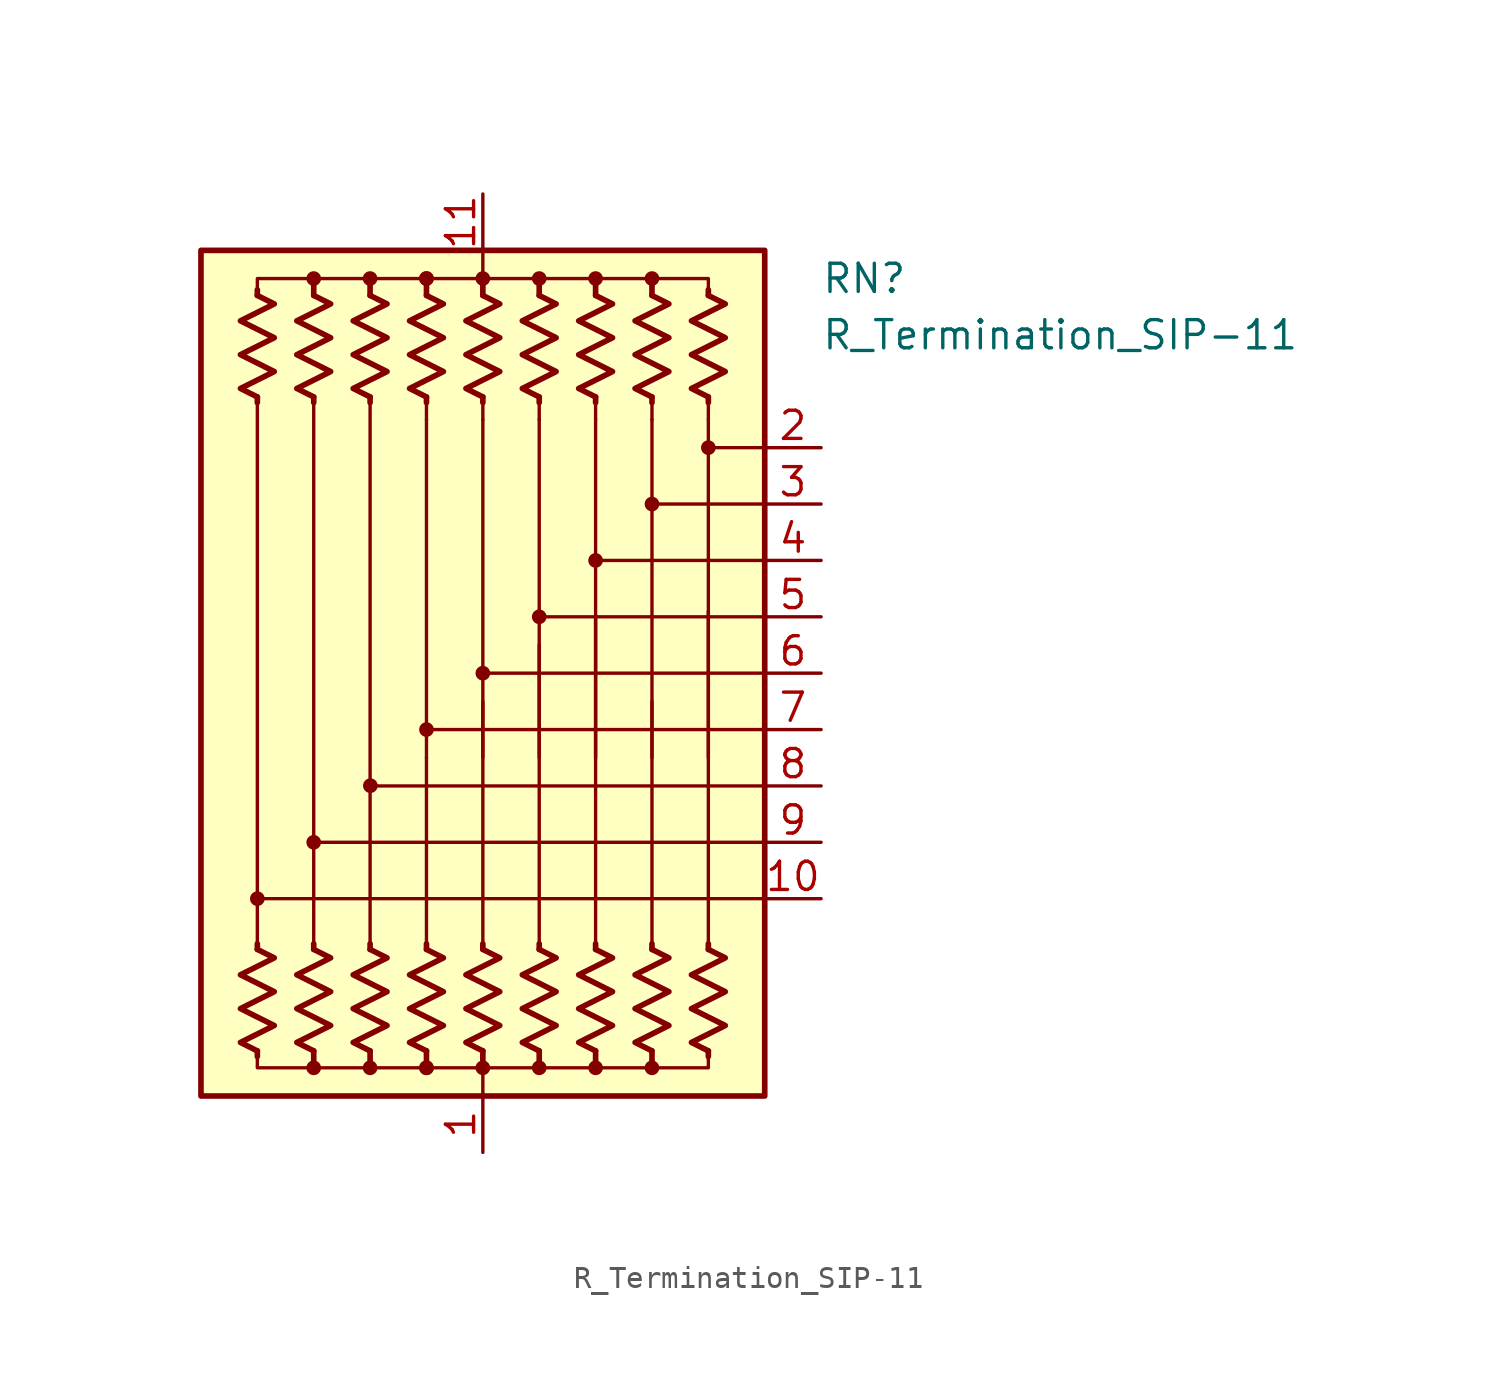
<source format=kicad_sym>
(kicad_symbol_lib
  (version 20220914)
  (generator kicad_symbol_editor)
  (symbol "R_Termination_SIP-11"
    (pin_names
      (offset 0.002) hide)
    (property "Reference" "RN"
      (at 15.24 17.78 0)
      (effects (font (size 1.27 1.27)) (justify left)))
    (property "Value" "R_Termination_SIP-11"
      (at 15.24 15.24 0)
      (effects (font (size 1.27 1.27)) (justify left)))
    (symbol "R_Termination_SIP-11_0_1"
      (circle (center -10.16 -10.16) (radius 0.254) (stroke (width 0) (type default)) (fill (type outline)))
      (circle (center -7.62 -17.78) (radius 0.254) (stroke (width 0) (type default)) (fill (type outline)))
      (circle (center -7.62 -7.62) (radius 0.254) (stroke (width 0) (type default)) (fill (type outline)))
      (circle (center -7.62 17.78) (radius 0.254) (stroke (width 0) (type default)) (fill (type outline)))
      (circle (center -5.08 -17.78) (radius 0.254) (stroke (width 0) (type default)) (fill (type outline)))
      (circle (center -5.08 17.78) (radius 0.254) (stroke (width 0) (type default)) (fill (type outline)))
      (circle (center -5.068 -5.069) (radius 0.254) (stroke (width 0) (type default)) (fill (type outline)))
      (circle (center -2.54 -17.78) (radius 0.254) (stroke (width 0) (type default)) (fill (type outline)))
      (circle (center -2.54 -17.78) (radius 0.254) (stroke (width 0) (type default)) (fill (type outline)))
      (circle (center -2.54 -2.54) (radius 0.254) (stroke (width 0) (type default)) (fill (type outline)))
      (circle (center -2.54 17.78) (radius 0.254) (stroke (width 0) (type default)) (fill (type outline)))
      (circle (center -2.54 17.78) (radius 0.254) (stroke (width 0) (type default)) (fill (type outline)))
      (circle (center 0 -17.78) (radius 0.254) (stroke (width 0) (type default)) (fill (type outline)))
      (polyline (pts (xy -10.16 -17.018) (xy -10.16 -17.272)) (stroke (width 0.254) (type default)) (fill (type none)))
      (polyline (pts (xy -10.16 -12.446) (xy -10.16 -12.192)) (stroke (width 0.254) (type default)) (fill (type none)))
      (polyline (pts (xy -10.16 12.446) (xy -10.16 -12.446)) (stroke (width 0) (type default)) (fill (type none)))
      (polyline (pts (xy -10.16 12.446) (xy -10.16 12.192)) (stroke (width 0.254) (type default)) (fill (type none)))
      (polyline (pts (xy -10.16 17.018) (xy -10.16 17.272)) (stroke (width 0.254) (type default)) (fill (type none)))
      (polyline (pts (xy -7.62 -17.018) (xy -7.62 -17.78)) (stroke (width 0.254) (type default)) (fill (type none)))
      (polyline (pts (xy -7.62 -12.446) (xy -7.62 -12.192)) (stroke (width 0.254) (type default)) (fill (type none)))
      (polyline (pts (xy -7.62 12.446) (xy -7.62 -12.446)) (stroke (width 0) (type default)) (fill (type none)))
      (polyline (pts (xy -7.62 12.446) (xy -7.62 12.192)) (stroke (width 0.254) (type default)) (fill (type none)))
      (polyline (pts (xy -7.62 17.018) (xy -7.62 17.526)) (stroke (width 0.254) (type default)) (fill (type none)))
      (polyline (pts (xy -5.08 -17.018) (xy -5.08 -17.78)) (stroke (width 0.254) (type default)) (fill (type none)))
      (polyline (pts (xy -5.08 -12.446) (xy -5.08 -12.192)) (stroke (width 0.254) (type default)) (fill (type none)))
      (polyline (pts (xy -5.08 12.446) (xy -5.08 -12.446)) (stroke (width 0) (type default)) (fill (type none)))
      (polyline (pts (xy -5.08 12.446) (xy -5.08 12.192)) (stroke (width 0.254) (type default)) (fill (type none)))
      (polyline (pts (xy -5.08 17.018) (xy -5.08 17.526)) (stroke (width 0.254) (type default)) (fill (type none)))
      (polyline (pts (xy -2.54 -17.018) (xy -2.54 -17.78)) (stroke (width 0.254) (type default)) (fill (type none)))
      (polyline (pts (xy -2.54 -12.446) (xy -2.54 -12.192)) (stroke (width 0.254) (type default)) (fill (type none)))
      (polyline (pts (xy -2.54 -12.446) (xy -2.54 -3.81)) (stroke (width 0) (type default)) (fill (type none)))
      (polyline (pts (xy -2.54 11.43) (xy -2.54 -3.81)) (stroke (width 0.152) (type default)) (fill (type none)))
      (polyline (pts (xy -2.54 12.446) (xy -2.54 11.43)) (stroke (width 0) (type default)) (fill (type none)))
      (polyline (pts (xy -2.54 12.446) (xy -2.54 12.192)) (stroke (width 0.254) (type default)) (fill (type none)))
      (polyline (pts (xy -2.54 17.018) (xy -2.54 17.526)) (stroke (width 0.254) (type default)) (fill (type none)))
      (polyline (pts (xy 0 -19.05) (xy 0 -17.78)) (stroke (width 0) (type default)) (fill (type none)))
      (polyline (pts (xy 0 -17.018) (xy 0 -17.78)) (stroke (width 0.254) (type default)) (fill (type none)))
      (polyline (pts (xy 0 -12.446) (xy 0 -12.192)) (stroke (width 0.254) (type default)) (fill (type none)))
      (polyline (pts (xy 0 -12.446) (xy 0 -1.27)) (stroke (width 0) (type default)) (fill (type none)))
      (polyline (pts (xy 0 11.43) (xy 0 -3.81)) (stroke (width 0.152) (type default)) (fill (type none)))
      (polyline (pts (xy 0 12.446) (xy 0 11.43)) (stroke (width 0) (type default)) (fill (type none)))
      (polyline (pts (xy 0 12.446) (xy 0 12.192)) (stroke (width 0.254) (type default)) (fill (type none)))
      (polyline (pts (xy 0 17.018) (xy 0 17.526)) (stroke (width 0.254) (type default)) (fill (type none)))
      (polyline (pts (xy 0 19.05) (xy 0 17.78)) (stroke (width 0) (type default)) (fill (type none)))
      (polyline (pts (xy 2.54 -17.018) (xy 2.54 -17.78)) (stroke (width 0.254) (type default)) (fill (type none)))
      (polyline (pts (xy 2.54 -12.446) (xy 2.54 -12.192)) (stroke (width 0.254) (type default)) (fill (type none)))
      (polyline (pts (xy 2.54 -12.446) (xy 2.54 1.27)) (stroke (width 0) (type default)) (fill (type none)))
      (polyline (pts (xy 2.54 11.43) (xy 2.54 -3.81)) (stroke (width 0.152) (type default)) (fill (type none)))
      (polyline (pts (xy 2.54 12.446) (xy 2.54 11.43)) (stroke (width 0) (type default)) (fill (type none)))
      (polyline (pts (xy 2.54 12.446) (xy 2.54 12.192)) (stroke (width 0.254) (type default)) (fill (type none)))
      (polyline (pts (xy 2.54 17.018) (xy 2.54 17.78)) (stroke (width 0.254) (type default)) (fill (type none)))
      (polyline (pts (xy 5.08 -17.018) (xy 5.08 -17.78)) (stroke (width 0.254) (type default)) (fill (type none)))
      (polyline (pts (xy 5.08 -12.446) (xy 5.08 -12.192)) (stroke (width 0.254) (type default)) (fill (type none)))
      (polyline (pts (xy 5.08 -12.446) (xy 5.08 2.54)) (stroke (width 0) (type default)) (fill (type none)))
      (polyline (pts (xy 5.08 11.43) (xy 5.08 -3.81)) (stroke (width 0.152) (type default)) (fill (type none)))
      (polyline (pts (xy 5.08 12.446) (xy 5.08 11.43)) (stroke (width 0) (type default)) (fill (type none)))
      (polyline (pts (xy 5.08 12.446) (xy 5.08 12.192)) (stroke (width 0.254) (type default)) (fill (type none)))
      (polyline (pts (xy 5.08 17.018) (xy 5.08 17.78)) (stroke (width 0.254) (type default)) (fill (type none)))
      (polyline (pts (xy 7.62 -17.018) (xy 7.62 -17.78)) (stroke (width 0.254) (type default)) (fill (type none)))
      (polyline (pts (xy 7.62 -12.446) (xy 7.62 -12.192)) (stroke (width 0.254) (type default)) (fill (type none)))
      (polyline (pts (xy 7.62 -12.192) (xy 7.62 -1.27)) (stroke (width 0) (type default)) (fill (type none)))
      (polyline (pts (xy 7.62 11.43) (xy 7.62 -3.81)) (stroke (width 0.152) (type default)) (fill (type none)))
      (polyline (pts (xy 7.62 12.446) (xy 7.62 11.43)) (stroke (width 0) (type default)) (fill (type none)))
      (polyline (pts (xy 7.62 12.446) (xy 7.62 12.192)) (stroke (width 0.254) (type default)) (fill (type none)))
      (polyline (pts (xy 7.62 17.018) (xy 7.62 17.78)) (stroke (width 0.254) (type default)) (fill (type none)))
      (polyline (pts (xy 10.16 -17.018) (xy 10.16 -17.272)) (stroke (width 0.254) (type default)) (fill (type none)))
      (polyline (pts (xy 10.16 -12.446) (xy 10.16 -12.192)) (stroke (width 0.254) (type default)) (fill (type none)))
      (polyline (pts (xy 10.16 -12.446) (xy 10.16 2.794)) (stroke (width 0) (type default)) (fill (type none)))
      (polyline (pts (xy 10.16 11.43) (xy 10.16 -3.81)) (stroke (width 0.152) (type default)) (fill (type none)))
      (polyline (pts (xy 10.16 12.446) (xy 10.16 11.43)) (stroke (width 0) (type default)) (fill (type none)))
      (polyline (pts (xy 10.16 12.446) (xy 10.16 12.192)) (stroke (width 0.254) (type default)) (fill (type none)))
      (polyline (pts (xy 10.16 17.018) (xy 10.16 17.272)) (stroke (width 0.254) (type default)) (fill (type none)))
      (polyline (pts (xy 12.7 -10.16) (xy -10.16 -10.16)) (stroke (width 0.152) (type default)) (fill (type none)))
      (polyline (pts (xy 12.7 -7.62) (xy -7.62 -7.62)) (stroke (width 0.152) (type default)) (fill (type none)))
      (polyline (pts (xy 12.7 -5.08) (xy -5.08 -5.08)) (stroke (width 0.152) (type default)) (fill (type none)))
      (polyline (pts (xy 12.7 -2.54) (xy -2.54 -2.54)) (stroke (width 0.152) (type default)) (fill (type none)))
      (polyline (pts (xy 12.7 0) (xy 0 0)) (stroke (width 0.152) (type default)) (fill (type none)))
      (polyline (pts (xy 12.7 2.54) (xy 2.54 2.54)) (stroke (width 0.152) (type default)) (fill (type none)))
      (polyline (pts (xy 12.7 5.08) (xy 5.08 5.08)) (stroke (width 0.152) (type default)) (fill (type none)))
      (polyline (pts (xy 12.7 7.62) (xy 7.62 7.62)) (stroke (width 0.152) (type default)) (fill (type none)))
      (polyline (pts (xy 12.7 10.16) (xy 10.16 10.16)) (stroke (width 0.152) (type default)) (fill (type none)))
      (polyline (pts (xy -10.16 17.018) (xy -10.16 17.78) (xy -7.62 17.78) (xy -7.62 17.018)) (stroke (width 0) (type default)) (fill (type none)))
      (polyline (pts (xy -7.62 -17.018) (xy -7.62 -17.78) (xy -10.16 -17.78) (xy -10.16 -17.018)) (stroke (width 0) (type default)) (fill (type none)))
      (polyline (pts (xy -7.62 17.018) (xy -7.62 17.78) (xy -5.08 17.78) (xy -5.08 17.018)) (stroke (width 0) (type default)) (fill (type none)))
      (polyline (pts (xy -5.08 -17.018) (xy -5.08 -17.78) (xy -7.62 -17.78) (xy -7.62 -17.018)) (stroke (width 0) (type default)) (fill (type none)))
      (polyline (pts (xy -5.08 17.018) (xy -5.08 17.78) (xy -2.54 17.78) (xy -2.54 17.018)) (stroke (width 0) (type default)) (fill (type none)))
      (polyline (pts (xy -2.54 -17.018) (xy -2.54 -17.78) (xy -5.08 -17.78) (xy -5.08 -17.018)) (stroke (width 0) (type default)) (fill (type none)))
      (polyline (pts (xy -2.54 17.018) (xy -2.54 17.78) (xy 0 17.78) (xy 0 17.018)) (stroke (width 0) (type default)) (fill (type none)))
      (polyline (pts (xy 0 -17.018) (xy 0 -17.78) (xy -2.54 -17.78) (xy -2.54 -17.018)) (stroke (width 0) (type default)) (fill (type none)))
      (polyline (pts (xy 0 17.018) (xy 0 17.78) (xy 2.54 17.78) (xy 2.54 17.018)) (stroke (width 0) (type default)) (fill (type none)))
      (polyline (pts (xy 2.54 -17.018) (xy 2.54 -17.78) (xy 0 -17.78) (xy 0 -17.018)) (stroke (width 0) (type default)) (fill (type none)))
      (polyline (pts (xy 2.54 17.018) (xy 2.54 17.78) (xy 5.08 17.78) (xy 5.08 17.018)) (stroke (width 0) (type default)) (fill (type none)))
      (polyline (pts (xy 5.08 -17.018) (xy 5.08 -17.78) (xy 2.54 -17.78) (xy 2.54 -17.018)) (stroke (width 0) (type default)) (fill (type none)))
      (polyline (pts (xy 5.08 17.018) (xy 5.08 17.78) (xy 7.62 17.78) (xy 7.62 17.272)) (stroke (width 0) (type default)) (fill (type none)))
      (polyline (pts (xy 7.62 -17.018) (xy 7.62 -17.78) (xy 5.08 -17.78) (xy 5.08 -17.018)) (stroke (width 0) (type default)) (fill (type none)))
      (polyline (pts (xy 7.62 17.018) (xy 7.62 17.78) (xy 10.16 17.78) (xy 10.16 17.018)) (stroke (width 0) (type default)) (fill (type none)))
      (polyline (pts (xy 10.16 -17.018) (xy 10.16 -17.78) (xy 7.62 -17.78) (xy 7.62 -17.018)) (stroke (width 0) (type default)) (fill (type none)))
      (polyline (pts (xy -10.16 -12.446) (xy -9.398 -12.827) (xy -10.922 -13.589) (xy -10.16 -13.97) (xy -9.398 -14.351) (xy -10.16 -14.732) (xy -10.922 -15.113) (xy -10.16 -15.494) (xy -9.398 -15.875) (xy -10.16 -16.256) (xy -10.922 -16.637) (xy -10.16 -17.018)) (stroke (width 0.254) (type default)) (fill (type none)))
      (polyline (pts (xy -10.16 17.018) (xy -9.398 16.637) (xy -10.922 15.875) (xy -10.16 15.494) (xy -9.398 15.113) (xy -10.16 14.732) (xy -10.922 14.351) (xy -10.16 13.97) (xy -9.398 13.589) (xy -10.16 13.208) (xy -10.922 12.827) (xy -10.16 12.446)) (stroke (width 0.254) (type default)) (fill (type none)))
      (polyline (pts (xy -7.62 -12.446) (xy -6.858 -12.827) (xy -8.382 -13.589) (xy -7.62 -13.97) (xy -6.858 -14.351) (xy -7.62 -14.732) (xy -8.382 -15.113) (xy -7.62 -15.494) (xy -6.858 -15.875) (xy -7.62 -16.256) (xy -8.382 -16.637) (xy -7.62 -17.018)) (stroke (width 0.254) (type default)) (fill (type none)))
      (polyline (pts (xy -7.62 17.018) (xy -6.858 16.637) (xy -8.382 15.875) (xy -7.62 15.494) (xy -6.858 15.113) (xy -7.62 14.732) (xy -8.382 14.351) (xy -7.62 13.97) (xy -6.858 13.589) (xy -7.62 13.208) (xy -8.382 12.827) (xy -7.62 12.446)) (stroke (width 0.254) (type default)) (fill (type none)))
      (polyline (pts (xy -5.08 -12.446) (xy -4.318 -12.827) (xy -5.842 -13.589) (xy -5.08 -13.97) (xy -4.318 -14.351) (xy -5.08 -14.732) (xy -5.842 -15.113) (xy -5.08 -15.494) (xy -4.318 -15.875) (xy -5.08 -16.256) (xy -5.842 -16.637) (xy -5.08 -17.018)) (stroke (width 0.254) (type default)) (fill (type none)))
      (polyline (pts (xy -5.08 17.018) (xy -4.318 16.637) (xy -5.842 15.875) (xy -5.08 15.494) (xy -4.318 15.113) (xy -5.08 14.732) (xy -5.842 14.351) (xy -5.08 13.97) (xy -4.318 13.589) (xy -5.08 13.208) (xy -5.842 12.827) (xy -5.08 12.446)) (stroke (width 0.254) (type default)) (fill (type none)))
      (polyline (pts (xy -2.54 -12.446) (xy -1.778 -12.827) (xy -3.302 -13.589) (xy -2.54 -13.97) (xy -1.778 -14.351) (xy -2.54 -14.732) (xy -3.302 -15.113) (xy -2.54 -15.494) (xy -1.778 -15.875) (xy -2.54 -16.256) (xy -3.302 -16.637) (xy -2.54 -17.018)) (stroke (width 0.254) (type default)) (fill (type none)))
      (polyline (pts (xy -2.54 17.018) (xy -1.778 16.637) (xy -3.302 15.875) (xy -2.54 15.494) (xy -1.778 15.113) (xy -2.54 14.732) (xy -3.302 14.351) (xy -2.54 13.97) (xy -1.778 13.589) (xy -2.54 13.208) (xy -3.302 12.827) (xy -2.54 12.446)) (stroke (width 0.254) (type default)) (fill (type none)))
      (polyline (pts (xy 0 -12.446) (xy 0.762 -12.827) (xy -0.762 -13.589) (xy 0 -13.97) (xy 0.762 -14.351) (xy 0 -14.732) (xy -0.762 -15.113) (xy 0 -15.494) (xy 0.762 -15.875) (xy 0 -16.256) (xy -0.762 -16.637) (xy 0 -17.018)) (stroke (width 0.254) (type default)) (fill (type none)))
      (polyline (pts (xy 0 17.018) (xy 0.762 16.637) (xy -0.762 15.875) (xy 0 15.494) (xy 0.762 15.113) (xy 0 14.732) (xy -0.762 14.351) (xy 0 13.97) (xy 0.762 13.589) (xy 0 13.208) (xy -0.762 12.827) (xy 0 12.446)) (stroke (width 0.254) (type default)) (fill (type none)))
      (polyline (pts (xy 2.54 -12.446) (xy 3.302 -12.827) (xy 1.778 -13.589) (xy 2.54 -13.97) (xy 3.302 -14.351) (xy 2.54 -14.732) (xy 1.778 -15.113) (xy 2.54 -15.494) (xy 3.302 -15.875) (xy 2.54 -16.256) (xy 1.778 -16.637) (xy 2.54 -17.018)) (stroke (width 0.254) (type default)) (fill (type none)))
      (polyline (pts (xy 2.54 17.018) (xy 3.302 16.637) (xy 1.778 15.875) (xy 2.54 15.494) (xy 3.302 15.113) (xy 2.54 14.732) (xy 1.778 14.351) (xy 2.54 13.97) (xy 3.302 13.589) (xy 2.54 13.208) (xy 1.778 12.827) (xy 2.54 12.446)) (stroke (width 0.254) (type default)) (fill (type none)))
      (polyline (pts (xy 5.08 -12.446) (xy 5.842 -12.827) (xy 4.318 -13.589) (xy 5.08 -13.97) (xy 5.842 -14.351) (xy 5.08 -14.732) (xy 4.318 -15.113) (xy 5.08 -15.494) (xy 5.842 -15.875) (xy 5.08 -16.256) (xy 4.318 -16.637) (xy 5.08 -17.018)) (stroke (width 0.254) (type default)) (fill (type none)))
      (polyline (pts (xy 5.08 17.018) (xy 5.842 16.637) (xy 4.318 15.875) (xy 5.08 15.494) (xy 5.842 15.113) (xy 5.08 14.732) (xy 4.318 14.351) (xy 5.08 13.97) (xy 5.842 13.589) (xy 5.08 13.208) (xy 4.318 12.827) (xy 5.08 12.446)) (stroke (width 0.254) (type default)) (fill (type none)))
      (polyline (pts (xy 7.62 -12.446) (xy 8.382 -12.827) (xy 6.858 -13.589) (xy 7.62 -13.97) (xy 8.382 -14.351) (xy 7.62 -14.732) (xy 6.858 -15.113) (xy 7.62 -15.494) (xy 8.382 -15.875) (xy 7.62 -16.256) (xy 6.858 -16.637) (xy 7.62 -17.018)) (stroke (width 0.254) (type default)) (fill (type none)))
      (polyline (pts (xy 7.62 17.018) (xy 8.382 16.637) (xy 6.858 15.875) (xy 7.62 15.494) (xy 8.382 15.113) (xy 7.62 14.732) (xy 6.858 14.351) (xy 7.62 13.97) (xy 8.382 13.589) (xy 7.62 13.208) (xy 6.858 12.827) (xy 7.62 12.446)) (stroke (width 0.254) (type default)) (fill (type none)))
      (polyline (pts (xy 10.16 -12.446) (xy 10.922 -12.827) (xy 9.398 -13.589) (xy 10.16 -13.97) (xy 10.922 -14.351) (xy 10.16 -14.732) (xy 9.398 -15.113) (xy 10.16 -15.494) (xy 10.922 -15.875) (xy 10.16 -16.256) (xy 9.398 -16.637) (xy 10.16 -17.018)) (stroke (width 0.254) (type default)) (fill (type none)))
      (polyline (pts (xy 10.16 17.018) (xy 10.922 16.637) (xy 9.398 15.875) (xy 10.16 15.494) (xy 10.922 15.113) (xy 10.16 14.732) (xy 9.398 14.351) (xy 10.16 13.97) (xy 10.922 13.589) (xy 10.16 13.208) (xy 9.398 12.827) (xy 10.16 12.446)) (stroke (width 0.254) (type default)) (fill (type none)))
      (circle (center 0 0) (radius 0.254) (stroke (width 0) (type default)) (fill (type outline)))
      (circle (center 0 17.78) (radius 0.254) (stroke (width 0) (type default)) (fill (type outline)))
      (circle (center 2.54 -17.78) (radius 0.254) (stroke (width 0) (type default)) (fill (type outline)))
      (circle (center 2.54 2.54) (radius 0.254) (stroke (width 0) (type default)) (fill (type outline)))
      (circle (center 2.54 17.78) (radius 0.254) (stroke (width 0) (type default)) (fill (type outline)))
      (circle (center 5.08 -17.78) (radius 0.254) (stroke (width 0) (type default)) (fill (type outline)))
      (circle (center 5.08 5.08) (radius 0.254) (stroke (width 0) (type default)) (fill (type outline)))
      (circle (center 5.08 17.78) (radius 0.254) (stroke (width 0) (type default)) (fill (type outline)))
      (circle (center 7.62 -17.78) (radius 0.254) (stroke (width 0) (type default)) (fill (type outline)))
      (circle (center 7.62 7.62) (radius 0.254) (stroke (width 0) (type default)) (fill (type outline)))
      (circle (center 7.62 17.78) (radius 0.254) (stroke (width 0) (type default)) (fill (type outline)))
      (circle (center 10.16 10.16) (radius 0.254) (stroke (width 0) (type default)) (fill (type outline)))
      (rectangle (start 12.7 19.05) (end -12.7 -19.05) (stroke (width 0.254) (type default)) (fill (type background))))
    (symbol "R_Termination_SIP-11_1_1"
      (pin passive line (at 0 -21.59 90) (length 2.54) (name "common" (effects (font (size 1.27 1.27)))) (number "1" (effects (font (size 1.27 1.27)))))
      (pin passive line (at 15.24 -10.16 180) (length 2.54) (name "R10" (effects (font (size 1.27 1.27)))) (number "10" (effects (font (size 1.27 1.27)))))
      (pin passive line (at 0 21.59 270) (length 2.54) (name "common" (effects (font (size 1.27 1.27)))) (number "11" (effects (font (size 1.27 1.27)))))
      (pin passive line (at 15.24 10.16 180) (length 2.54) (name "R2" (effects (font (size 1.27 1.27)))) (number "2" (effects (font (size 1.27 1.27)))))
      (pin passive line (at 15.24 7.62 180) (length 2.54) (name "R3" (effects (font (size 1.27 1.27)))) (number "3" (effects (font (size 1.27 1.27)))))
      (pin passive line (at 15.24 5.08 180) (length 2.54) (name "R4" (effects (font (size 1.27 1.27)))) (number "4" (effects (font (size 1.27 1.27)))))
      (pin passive line (at 15.24 2.54 180) (length 2.54) (name "R5" (effects (font (size 1.27 1.27)))) (number "5" (effects (font (size 1.27 1.27)))))
      (pin passive line (at 15.24 0 180) (length 2.54) (name "R6" (effects (font (size 1.27 1.27)))) (number "6" (effects (font (size 1.27 1.27)))))
      (pin passive line (at 15.24 -2.54 180) (length 2.54) (name "R7" (effects (font (size 1.27 1.27)))) (number "7" (effects (font (size 1.27 1.27)))))
      (pin passive line (at 15.24 -5.08 180) (length 2.54) (name "R8" (effects (font (size 1.27 1.27)))) (number "8" (effects (font (size 1.27 1.27)))))
      (pin passive line (at 15.24 -7.62 180) (length 2.54) (name "R9" (effects (font (size 1.27 1.27)))) (number "9" (effects (font (size 1.27 1.27))))))))
</source>
